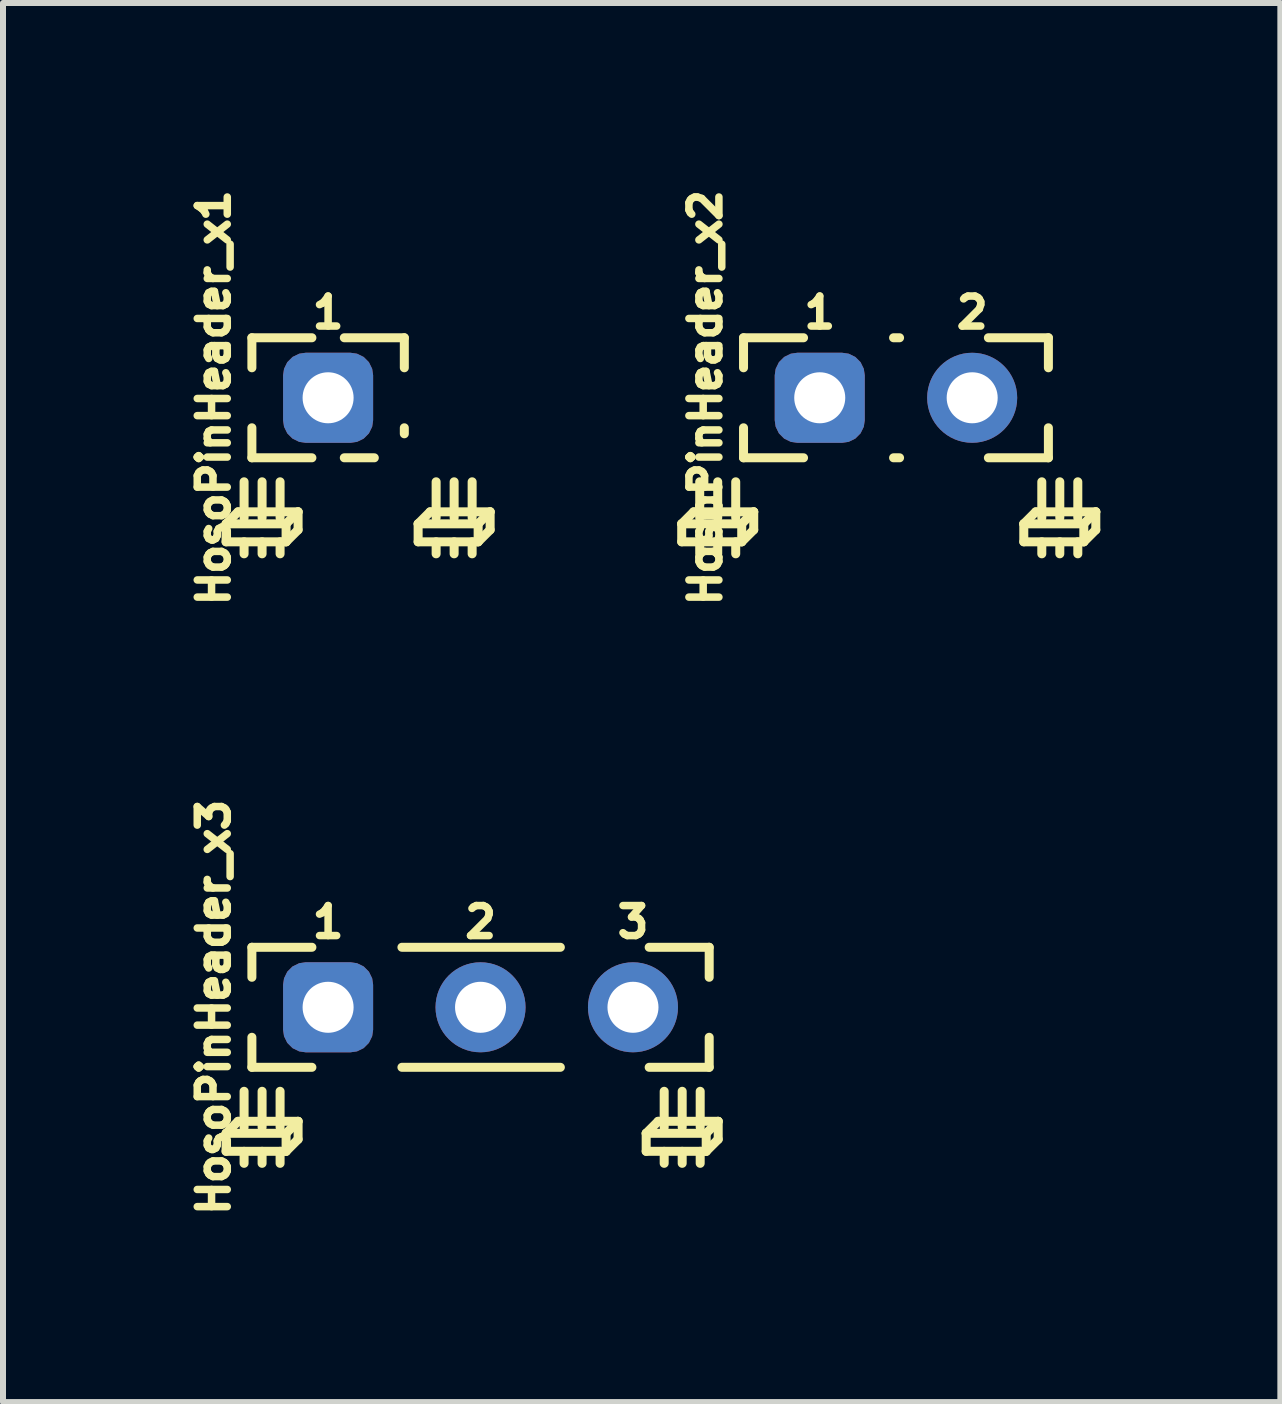
<source format=kicad_pcb>
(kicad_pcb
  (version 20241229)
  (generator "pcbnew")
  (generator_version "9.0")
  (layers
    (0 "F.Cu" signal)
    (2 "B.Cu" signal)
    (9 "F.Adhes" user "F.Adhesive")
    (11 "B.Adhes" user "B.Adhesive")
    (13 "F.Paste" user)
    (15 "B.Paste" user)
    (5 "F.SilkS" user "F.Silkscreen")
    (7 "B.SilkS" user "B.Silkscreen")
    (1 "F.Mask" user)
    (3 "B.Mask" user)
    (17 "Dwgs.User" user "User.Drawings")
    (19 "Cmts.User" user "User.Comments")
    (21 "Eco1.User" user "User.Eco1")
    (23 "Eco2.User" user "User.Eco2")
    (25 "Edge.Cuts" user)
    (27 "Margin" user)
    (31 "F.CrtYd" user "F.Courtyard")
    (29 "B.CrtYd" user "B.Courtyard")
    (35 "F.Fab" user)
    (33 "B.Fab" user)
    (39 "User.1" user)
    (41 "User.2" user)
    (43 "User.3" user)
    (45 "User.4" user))
  (footprint "HosoPinHeader_x2"
    (layer "F.Cu")
    (at 10.609 3.578)
    (property "Reference" "HosoPinHeader_x2" (at -1.905 0 90) (layer "F.SilkS") (effects (font (size 0.5 0.5) (thickness 0.125))))
    (attr through_hole)
    (fp_line (start -2.3 2.1) (end -2.1 1.9) (stroke (width 0.15) (type solid)) (layer "F.SilkS"))
    (fp_line (start -2.3 2.1) (end -1.3 2.1) (stroke (width 0.15) (type solid)) (layer "F.SilkS"))
    (fp_line (start -2.3 2.4) (end -2.3 2.1) (stroke (width 0.15) (type solid)) (layer "F.SilkS"))
    (fp_line (start -2.1 1.9) (end -1.1 1.9) (stroke (width 0.15) (type solid)) (layer "F.SilkS"))
    (fp_line (start -2 2) (end -2 1.4) (stroke (width 0.15) (type solid)) (layer "F.SilkS"))
    (fp_line (start -2 2.4) (end -2 2.6) (stroke (width 0.15) (type solid)) (layer "F.SilkS"))
    (fp_line (start -1.7 2) (end -1.7 1.4) (stroke (width 0.15) (type solid)) (layer "F.SilkS"))
    (fp_line (start -1.7 2.4) (end -1.7 2.6) (stroke (width 0.15) (type solid)) (layer "F.SilkS"))
    (fp_line (start -1.4 2) (end -1.4 1.4) (stroke (width 0.15) (type solid)) (layer "F.SilkS"))
    (fp_line (start -1.4 2.4) (end -1.4 2.6) (stroke (width 0.15) (type solid)) (layer "F.SilkS"))
    (fp_line (start -1.3 2.1) (end -1.3 2.4) (stroke (width 0.15) (type solid)) (layer "F.SilkS"))
    (fp_line (start -1.3 2.1) (end -1.1 1.9) (stroke (width 0.15) (type solid)) (layer "F.SilkS"))
    (fp_line (start -1.3 2.4) (end -2.3 2.4) (stroke (width 0.15) (type solid)) (layer "F.SilkS"))
    (fp_line (start -1.27 -1) (end -1.27 -0.5) (stroke (width 0.15) (type solid)) (layer "F.SilkS"))
    (fp_line (start -1.27 -1) (end -0.27 -1) (stroke (width 0.15) (type solid)) (layer "F.SilkS"))
    (fp_line (start -1.27 1) (end -1.27 0.5) (stroke (width 0.15) (type solid)) (layer "F.SilkS"))
    (fp_line (start -1.27 1) (end -0.27 1) (stroke (width 0.15) (type solid)) (layer "F.SilkS"))
    (fp_line (start -1.1 1.9) (end -1.1 2.2) (stroke (width 0.15) (type solid)) (layer "F.SilkS"))
    (fp_line (start -1.1 2.2) (end -1.3 2.4) (stroke (width 0.15) (type solid)) (layer "F.SilkS"))
    (fp_line (start 1.23 -1) (end 1.33 -1) (stroke (width 0.15) (type solid)) (layer "F.SilkS"))
    (fp_line (start 1.33 1) (end 1.23 1) (stroke (width 0.15) (type solid)) (layer "F.SilkS"))
    (fp_line (start 3.4 2.1) (end 3.6 1.9) (stroke (width 0.15) (type solid)) (layer "F.SilkS"))
    (fp_line (start 3.4 2.1) (end 4.4 2.1) (stroke (width 0.15) (type solid)) (layer "F.SilkS"))
    (fp_line (start 3.4 2.4) (end 3.4 2.1) (stroke (width 0.15) (type solid)) (layer "F.SilkS"))
    (fp_line (start 3.6 1.9) (end 4.6 1.9) (stroke (width 0.15) (type solid)) (layer "F.SilkS"))
    (fp_line (start 3.7 2) (end 3.7 1.4) (stroke (width 0.15) (type solid)) (layer "F.SilkS"))
    (fp_line (start 3.7 2.4) (end 3.7 2.6) (stroke (width 0.15) (type solid)) (layer "F.SilkS"))
    (fp_line (start 3.81 -1) (end 2.81 -1) (stroke (width 0.15) (type solid)) (layer "F.SilkS"))
    (fp_line (start 3.81 -0.5) (end 3.81 -1) (stroke (width 0.15) (type solid)) (layer "F.SilkS"))
    (fp_line (start 3.81 1) (end 2.81 1) (stroke (width 0.15) (type solid)) (layer "F.SilkS"))
    (fp_line (start 3.81 1) (end 3.81 0.5) (stroke (width 0.15) (type solid)) (layer "F.SilkS"))
    (fp_line (start 4 2) (end 4 1.4) (stroke (width 0.15) (type solid)) (layer "F.SilkS"))
    (fp_line (start 4 2.4) (end 4 2.6) (stroke (width 0.15) (type solid)) (layer "F.SilkS"))
    (fp_line (start 4.3 2) (end 4.3 1.4) (stroke (width 0.15) (type solid)) (layer "F.SilkS"))
    (fp_line (start 4.3 2.4) (end 4.3 2.6) (stroke (width 0.15) (type solid)) (layer "F.SilkS"))
    (fp_line (start 4.4 2.1) (end 4.4 2.4) (stroke (width 0.15) (type solid)) (layer "F.SilkS"))
    (fp_line (start 4.4 2.1) (end 4.6 1.9) (stroke (width 0.15) (type solid)) (layer "F.SilkS"))
    (fp_line (start 4.4 2.4) (end 3.4 2.4) (stroke (width 0.15) (type solid)) (layer "F.SilkS"))
    (fp_line (start 4.6 1.9) (end 4.6 2.2) (stroke (width 0.15) (type solid)) (layer "F.SilkS"))
    (fp_line (start 4.6 2.2) (end 4.4 2.4) (stroke (width 0.15) (type solid)) (layer "F.SilkS"))
    (fp_text user "2" (at 2.54 -1.42 0) (layer "F.SilkS") (effects (font (size 0.5 0.5) (thickness 0.125))))
    (fp_text user "1" (at 0 -1.42 0) (layer "F.SilkS") (effects (font (size 0.5 0.5) (thickness 0.125))))
    (pad "1" thru_hole roundrect (at 0 0 90) (size 1.5 1.5) (drill 0.85) (layers "*.Cu" "*.Mask") (roundrect_rratio 0.25))
    (pad "2" thru_hole circle (at 2.54 0) (size 1.5 1.5) (drill 0.85) (layers "*.Cu" "*.Mask")))
  (footprint "HosoPinHeader_x3"
    (layer "F.Cu")
    (at 2.417 13.734)
    (property "Reference" "HosoPinHeader_x3" (at -1.905 0 90) (layer "F.SilkS") (effects (font (size 0.5 0.5) (thickness 0.125))))
    (attr through_hole)
    (fp_line (start -1.7 2.1) (end -1.5 1.9) (stroke (width 0.15) (type solid)) (layer "F.SilkS"))
    (fp_line (start -1.7 2.1) (end -0.7 2.1) (stroke (width 0.15) (type solid)) (layer "F.SilkS"))
    (fp_line (start -1.7 2.4) (end -1.7 2.1) (stroke (width 0.15) (type solid)) (layer "F.SilkS"))
    (fp_line (start -1.5 1.9) (end -0.5 1.9) (stroke (width 0.15) (type solid)) (layer "F.SilkS"))
    (fp_line (start -1.4 2) (end -1.4 1.4) (stroke (width 0.15) (type solid)) (layer "F.SilkS"))
    (fp_line (start -1.4 2.4) (end -1.4 2.6) (stroke (width 0.15) (type solid)) (layer "F.SilkS"))
    (fp_line (start -1.27 -1) (end -1.27 -0.5) (stroke (width 0.15) (type solid)) (layer "F.SilkS"))
    (fp_line (start -1.27 -1) (end -0.27 -1) (stroke (width 0.15) (type solid)) (layer "F.SilkS"))
    (fp_line (start -1.27 1) (end -1.27 0.5) (stroke (width 0.15) (type solid)) (layer "F.SilkS"))
    (fp_line (start -1.27 1) (end -0.27 1) (stroke (width 0.15) (type solid)) (layer "F.SilkS"))
    (fp_line (start -1.1 2) (end -1.1 1.4) (stroke (width 0.15) (type solid)) (layer "F.SilkS"))
    (fp_line (start -1.1 2.4) (end -1.1 2.6) (stroke (width 0.15) (type solid)) (layer "F.SilkS"))
    (fp_line (start -0.8 2) (end -0.8 1.4) (stroke (width 0.15) (type solid)) (layer "F.SilkS"))
    (fp_line (start -0.8 2.4) (end -0.8 2.6) (stroke (width 0.15) (type solid)) (layer "F.SilkS"))
    (fp_line (start -0.7 2.1) (end -0.7 2.4) (stroke (width 0.15) (type solid)) (layer "F.SilkS"))
    (fp_line (start -0.7 2.1) (end -0.5 1.9) (stroke (width 0.15) (type solid)) (layer "F.SilkS"))
    (fp_line (start -0.7 2.4) (end -1.7 2.4) (stroke (width 0.15) (type solid)) (layer "F.SilkS"))
    (fp_line (start -0.5 1.9) (end -0.5 2.2) (stroke (width 0.15) (type solid)) (layer "F.SilkS"))
    (fp_line (start -0.5 2.2) (end -0.7 2.4) (stroke (width 0.15) (type solid)) (layer "F.SilkS"))
    (fp_line (start 1.23 -1) (end 3.87 -1) (stroke (width 0.15) (type solid)) (layer "F.SilkS"))
    (fp_line (start 3.87 1) (end 1.23 1) (stroke (width 0.15) (type solid)) (layer "F.SilkS"))
    (fp_line (start 5.3 2.1) (end 5.5 1.9) (stroke (width 0.15) (type solid)) (layer "F.SilkS"))
    (fp_line (start 5.3 2.1) (end 6.3 2.1) (stroke (width 0.15) (type solid)) (layer "F.SilkS"))
    (fp_line (start 5.3 2.4) (end 5.3 2.1) (stroke (width 0.15) (type solid)) (layer "F.SilkS"))
    (fp_line (start 5.5 1.9) (end 6.5 1.9) (stroke (width 0.15) (type solid)) (layer "F.SilkS"))
    (fp_line (start 5.6 2) (end 5.6 1.4) (stroke (width 0.15) (type solid)) (layer "F.SilkS"))
    (fp_line (start 5.6 2.4) (end 5.6 2.6) (stroke (width 0.15) (type solid)) (layer "F.SilkS"))
    (fp_line (start 5.9 2) (end 5.9 1.4) (stroke (width 0.15) (type solid)) (layer "F.SilkS"))
    (fp_line (start 5.9 2.4) (end 5.9 2.6) (stroke (width 0.15) (type solid)) (layer "F.SilkS"))
    (fp_line (start 6.2 2) (end 6.2 1.4) (stroke (width 0.15) (type solid)) (layer "F.SilkS"))
    (fp_line (start 6.2 2.4) (end 6.2 2.6) (stroke (width 0.15) (type solid)) (layer "F.SilkS"))
    (fp_line (start 6.3 2.1) (end 6.3 2.4) (stroke (width 0.15) (type solid)) (layer "F.SilkS"))
    (fp_line (start 6.3 2.1) (end 6.5 1.9) (stroke (width 0.15) (type solid)) (layer "F.SilkS"))
    (fp_line (start 6.3 2.4) (end 5.3 2.4) (stroke (width 0.15) (type solid)) (layer "F.SilkS"))
    (fp_line (start 6.35 -1) (end 5.35 -1) (stroke (width 0.15) (type solid)) (layer "F.SilkS"))
    (fp_line (start 6.35 -0.5) (end 6.35 -1) (stroke (width 0.15) (type solid)) (layer "F.SilkS"))
    (fp_line (start 6.35 1) (end 5.35 1) (stroke (width 0.15) (type solid)) (layer "F.SilkS"))
    (fp_line (start 6.35 1) (end 6.35 0.5) (stroke (width 0.15) (type solid)) (layer "F.SilkS"))
    (fp_line (start 6.5 1.9) (end 6.5 2.2) (stroke (width 0.15) (type solid)) (layer "F.SilkS"))
    (fp_line (start 6.5 2.2) (end 6.3 2.4) (stroke (width 0.15) (type solid)) (layer "F.SilkS"))
    (fp_text user "3" (at 5.08 -1.42 0) (layer "F.SilkS") (effects (font (size 0.5 0.5) (thickness 0.125))))
    (fp_text user "1" (at 0 -1.42 0) (layer "F.SilkS") (effects (font (size 0.5 0.5) (thickness 0.125))))
    (fp_text user "2" (at 2.54 -1.42 0) (layer "F.SilkS") (effects (font (size 0.5 0.5) (thickness 0.125))))
    (pad "1" thru_hole roundrect (at 0 0 90) (size 1.5 1.5) (drill 0.85) (layers "*.Cu" "*.Mask") (roundrect_rratio 0.25))
    (pad "2" thru_hole circle (at 2.54 0) (size 1.5 1.5) (drill 0.85) (layers "*.Cu" "*.Mask"))
    (pad "3" thru_hole circle (at 5.08 0) (size 1.5 1.5) (drill 0.85) (layers "*.Cu" "*.Mask")))
  (footprint "HosoPinHeader_x1"
    (layer "F.Cu")
    (at 2.417 3.578)
    (property "Reference" "HosoPinHeader_x1" (at -1.905 0 90) (layer "F.SilkS") (effects (font (size 0.5 0.5) (thickness 0.125))))
    (attr through_hole)
    (fp_line (start -1.7 2.1) (end -1.5 1.9) (stroke (width 0.15) (type solid)) (layer "F.SilkS"))
    (fp_line (start -1.7 2.1) (end -0.7 2.1) (stroke (width 0.15) (type solid)) (layer "F.SilkS"))
    (fp_line (start -1.7 2.4) (end -1.7 2.1) (stroke (width 0.15) (type solid)) (layer "F.SilkS"))
    (fp_line (start -1.5 1.9) (end -0.5 1.9) (stroke (width 0.15) (type solid)) (layer "F.SilkS"))
    (fp_line (start -1.4 2) (end -1.4 1.4) (stroke (width 0.15) (type solid)) (layer "F.SilkS"))
    (fp_line (start -1.4 2.4) (end -1.4 2.6) (stroke (width 0.15) (type solid)) (layer "F.SilkS"))
    (fp_line (start -1.27 -1) (end -1.27 -0.5) (stroke (width 0.15) (type solid)) (layer "F.SilkS"))
    (fp_line (start -1.27 -1) (end -0.27 -1) (stroke (width 0.15) (type solid)) (layer "F.SilkS"))
    (fp_line (start -1.27 1) (end -1.27 0.5) (stroke (width 0.15) (type solid)) (layer "F.SilkS"))
    (fp_line (start -1.27 1) (end -0.27 1) (stroke (width 0.15) (type solid)) (layer "F.SilkS"))
    (fp_line (start -1.1 2) (end -1.1 1.4) (stroke (width 0.15) (type solid)) (layer "F.SilkS"))
    (fp_line (start -1.1 2.4) (end -1.1 2.6) (stroke (width 0.15) (type solid)) (layer "F.SilkS"))
    (fp_line (start -0.8 2) (end -0.8 1.4) (stroke (width 0.15) (type solid)) (layer "F.SilkS"))
    (fp_line (start -0.8 2.4) (end -0.8 2.6) (stroke (width 0.15) (type solid)) (layer "F.SilkS"))
    (fp_line (start -0.7 2.1) (end -0.7 2.4) (stroke (width 0.15) (type solid)) (layer "F.SilkS"))
    (fp_line (start -0.7 2.1) (end -0.5 1.9) (stroke (width 0.15) (type solid)) (layer "F.SilkS"))
    (fp_line (start -0.7 2.4) (end -1.7 2.4) (stroke (width 0.15) (type solid)) (layer "F.SilkS"))
    (fp_line (start -0.5 1.9) (end -0.5 2.2) (stroke (width 0.15) (type solid)) (layer "F.SilkS"))
    (fp_line (start -0.5 2.2) (end -0.7 2.4) (stroke (width 0.15) (type solid)) (layer "F.SilkS"))
    (fp_line (start 0.77 1) (end 0.27 1) (stroke (width 0.15) (type solid)) (layer "F.SilkS"))
    (fp_line (start 1.27 -1) (end 0.27 -1) (stroke (width 0.15) (type solid)) (layer "F.SilkS"))
    (fp_line (start 1.27 -0.5) (end 1.27 -1) (stroke (width 0.15) (type solid)) (layer "F.SilkS"))
    (fp_line (start 1.27 0.6) (end 1.27 0.5) (stroke (width 0.15) (type solid)) (layer "F.SilkS"))
    (fp_line (start 1.5 2.1) (end 1.7 1.9) (stroke (width 0.15) (type solid)) (layer "F.SilkS"))
    (fp_line (start 1.5 2.1) (end 2.5 2.1) (stroke (width 0.15) (type solid)) (layer "F.SilkS"))
    (fp_line (start 1.5 2.4) (end 1.5 2.1) (stroke (width 0.15) (type solid)) (layer "F.SilkS"))
    (fp_line (start 1.7 1.9) (end 2.7 1.9) (stroke (width 0.15) (type solid)) (layer "F.SilkS"))
    (fp_line (start 1.8 2) (end 1.8 1.4) (stroke (width 0.15) (type solid)) (layer "F.SilkS"))
    (fp_line (start 1.8 2.4) (end 1.8 2.6) (stroke (width 0.15) (type solid)) (layer "F.SilkS"))
    (fp_line (start 2.1 2) (end 2.1 1.4) (stroke (width 0.15) (type solid)) (layer "F.SilkS"))
    (fp_line (start 2.1 2.4) (end 2.1 2.6) (stroke (width 0.15) (type solid)) (layer "F.SilkS"))
    (fp_line (start 2.4 2) (end 2.4 1.4) (stroke (width 0.15) (type solid)) (layer "F.SilkS"))
    (fp_line (start 2.4 2.4) (end 2.4 2.6) (stroke (width 0.15) (type solid)) (layer "F.SilkS"))
    (fp_line (start 2.5 2.1) (end 2.5 2.4) (stroke (width 0.15) (type solid)) (layer "F.SilkS"))
    (fp_line (start 2.5 2.1) (end 2.7 1.9) (stroke (width 0.15) (type solid)) (layer "F.SilkS"))
    (fp_line (start 2.5 2.4) (end 1.5 2.4) (stroke (width 0.15) (type solid)) (layer "F.SilkS"))
    (fp_line (start 2.7 1.9) (end 2.7 2.2) (stroke (width 0.15) (type solid)) (layer "F.SilkS"))
    (fp_line (start 2.7 2.2) (end 2.5 2.4) (stroke (width 0.15) (type solid)) (layer "F.SilkS"))
    (fp_text user "1" (at 0 -1.42 0) (layer "F.SilkS") (effects (font (size 0.5 0.5) (thickness 0.125))))
    (pad "1" thru_hole roundrect (at 0 0 90) (size 1.5 1.5) (drill 0.85) (layers "*.Cu" "*.Mask") (roundrect_rratio 0.25)))
  (gr_rect
    (start -3 -3)
    (end 18.284 20.312)
    (stroke (width 0.1) (type default))
    (fill no)
    (layer "Edge.Cuts")))
</source>
